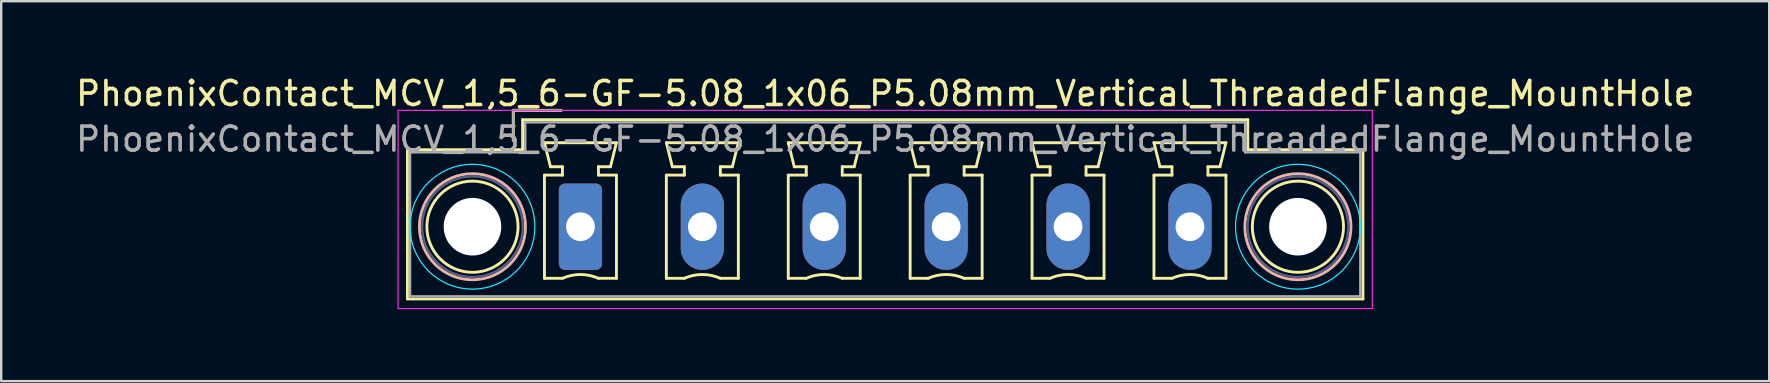
<source format=kicad_pcb>
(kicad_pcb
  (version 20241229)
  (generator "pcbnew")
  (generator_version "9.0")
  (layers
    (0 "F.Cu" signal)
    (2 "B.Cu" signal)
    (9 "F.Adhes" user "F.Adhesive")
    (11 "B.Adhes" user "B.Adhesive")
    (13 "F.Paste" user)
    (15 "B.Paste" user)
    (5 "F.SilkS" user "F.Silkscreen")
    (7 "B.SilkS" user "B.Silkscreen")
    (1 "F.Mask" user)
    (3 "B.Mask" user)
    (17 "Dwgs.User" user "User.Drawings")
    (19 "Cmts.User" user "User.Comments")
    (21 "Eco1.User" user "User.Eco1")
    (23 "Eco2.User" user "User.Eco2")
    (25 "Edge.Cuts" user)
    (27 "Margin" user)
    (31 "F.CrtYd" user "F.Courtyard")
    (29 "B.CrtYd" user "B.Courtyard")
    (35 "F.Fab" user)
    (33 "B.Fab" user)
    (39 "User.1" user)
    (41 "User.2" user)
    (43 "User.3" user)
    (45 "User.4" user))
  (footprint "PhoenixContact_MCV_1,5_6-GF-5.08_1x06_P5.08mm_Vertical_ThreadedFlange_MountHole"
    (layer "F.Cu")
    (at 21.139 6.398)
    (property "Reference" "PhoenixContact_MCV_1,5_6-GF-5.08_1x06_P5.08mm_Vertical_ThreadedFlange_MountHole" (at 12.7 -5.55 0) (layer "F.SilkS") (effects (font (size 1 1) (thickness 0.15))))
    (attr through_hole)
    (fp_line (start -7.21 -3.21) (end -7.21 3.01) (stroke (width 0.12) (type solid)) (layer "F.SilkS"))
    (fp_line (start -7.21 3.01) (end 32.61 3.01) (stroke (width 0.12) (type solid)) (layer "F.SilkS"))
    (fp_line (start -2.8 -4.85) (end -0.8 -4.85) (stroke (width 0.12) (type solid)) (layer "F.SilkS"))
    (fp_line (start -2.8 -3.6) (end -2.8 -4.85) (stroke (width 0.12) (type solid)) (layer "F.SilkS"))
    (fp_line (start -2.41 -4.46) (end -2.41 -3.21) (stroke (width 0.12) (type solid)) (layer "F.SilkS"))
    (fp_line (start -2.41 -3.21) (end -7.21 -3.21) (stroke (width 0.12) (type solid)) (layer "F.SilkS"))
    (fp_line (start -1.5 -3.5) (end 1.5 -3.5) (stroke (width 0.12) (type solid)) (layer "F.SilkS"))
    (fp_line (start -1.5 -2.15) (end -0.75 -2.15) (stroke (width 0.12) (type solid)) (layer "F.SilkS"))
    (fp_line (start -1.5 2.15) (end -1.5 -2.15) (stroke (width 0.12) (type solid)) (layer "F.SilkS"))
    (fp_line (start -1.25 -2.5) (end -1.5 -3.5) (stroke (width 0.12) (type solid)) (layer "F.SilkS"))
    (fp_line (start -0.75 -2.5) (end -1.25 -2.5) (stroke (width 0.12) (type solid)) (layer "F.SilkS"))
    (fp_line (start -0.75 -2.15) (end -0.75 -2.5) (stroke (width 0.12) (type solid)) (layer "F.SilkS"))
    (fp_line (start -0.75 2.15) (end -1.5 2.15) (stroke (width 0.12) (type solid)) (layer "F.SilkS"))
    (fp_line (start 0.75 -2.5) (end 0.75 -2.15) (stroke (width 0.12) (type solid)) (layer "F.SilkS"))
    (fp_line (start 0.75 -2.15) (end 1.5 -2.15) (stroke (width 0.12) (type solid)) (layer "F.SilkS"))
    (fp_line (start 1.25 -2.5) (end 0.75 -2.5) (stroke (width 0.12) (type solid)) (layer "F.SilkS"))
    (fp_line (start 1.5 -3.5) (end 1.25 -2.5) (stroke (width 0.12) (type solid)) (layer "F.SilkS"))
    (fp_line (start 1.5 -2.15) (end 1.5 2.15) (stroke (width 0.12) (type solid)) (layer "F.SilkS"))
    (fp_line (start 1.5 2.15) (end 0.75 2.15) (stroke (width 0.12) (type solid)) (layer "F.SilkS"))
    (fp_line (start 3.58 -3.5) (end 6.58 -3.5) (stroke (width 0.12) (type solid)) (layer "F.SilkS"))
    (fp_line (start 3.58 -2.15) (end 4.33 -2.15) (stroke (width 0.12) (type solid)) (layer "F.SilkS"))
    (fp_line (start 3.58 2.15) (end 3.58 -2.15) (stroke (width 0.12) (type solid)) (layer "F.SilkS"))
    (fp_line (start 3.83 -2.5) (end 3.58 -3.5) (stroke (width 0.12) (type solid)) (layer "F.SilkS"))
    (fp_line (start 4.33 -2.5) (end 3.83 -2.5) (stroke (width 0.12) (type solid)) (layer "F.SilkS"))
    (fp_line (start 4.33 -2.15) (end 4.33 -2.5) (stroke (width 0.12) (type solid)) (layer "F.SilkS"))
    (fp_line (start 4.33 2.15) (end 3.58 2.15) (stroke (width 0.12) (type solid)) (layer "F.SilkS"))
    (fp_line (start 5.83 -2.5) (end 5.83 -2.15) (stroke (width 0.12) (type solid)) (layer "F.SilkS"))
    (fp_line (start 5.83 -2.15) (end 6.58 -2.15) (stroke (width 0.12) (type solid)) (layer "F.SilkS"))
    (fp_line (start 6.33 -2.5) (end 5.83 -2.5) (stroke (width 0.12) (type solid)) (layer "F.SilkS"))
    (fp_line (start 6.58 -3.5) (end 6.33 -2.5) (stroke (width 0.12) (type solid)) (layer "F.SilkS"))
    (fp_line (start 6.58 -2.15) (end 6.58 2.15) (stroke (width 0.12) (type solid)) (layer "F.SilkS"))
    (fp_line (start 6.58 2.15) (end 5.83 2.15) (stroke (width 0.12) (type solid)) (layer "F.SilkS"))
    (fp_line (start 8.66 -3.5) (end 11.66 -3.5) (stroke (width 0.12) (type solid)) (layer "F.SilkS"))
    (fp_line (start 8.66 -2.15) (end 9.41 -2.15) (stroke (width 0.12) (type solid)) (layer "F.SilkS"))
    (fp_line (start 8.66 2.15) (end 8.66 -2.15) (stroke (width 0.12) (type solid)) (layer "F.SilkS"))
    (fp_line (start 8.91 -2.5) (end 8.66 -3.5) (stroke (width 0.12) (type solid)) (layer "F.SilkS"))
    (fp_line (start 9.41 -2.5) (end 8.91 -2.5) (stroke (width 0.12) (type solid)) (layer "F.SilkS"))
    (fp_line (start 9.41 -2.15) (end 9.41 -2.5) (stroke (width 0.12) (type solid)) (layer "F.SilkS"))
    (fp_line (start 9.41 2.15) (end 8.66 2.15) (stroke (width 0.12) (type solid)) (layer "F.SilkS"))
    (fp_line (start 10.91 -2.5) (end 10.91 -2.15) (stroke (width 0.12) (type solid)) (layer "F.SilkS"))
    (fp_line (start 10.91 -2.15) (end 11.66 -2.15) (stroke (width 0.12) (type solid)) (layer "F.SilkS"))
    (fp_line (start 11.41 -2.5) (end 10.91 -2.5) (stroke (width 0.12) (type solid)) (layer "F.SilkS"))
    (fp_line (start 11.66 -3.5) (end 11.41 -2.5) (stroke (width 0.12) (type solid)) (layer "F.SilkS"))
    (fp_line (start 11.66 -2.15) (end 11.66 2.15) (stroke (width 0.12) (type solid)) (layer "F.SilkS"))
    (fp_line (start 11.66 2.15) (end 10.91 2.15) (stroke (width 0.12) (type solid)) (layer "F.SilkS"))
    (fp_line (start 13.74 -3.5) (end 16.74 -3.5) (stroke (width 0.12) (type solid)) (layer "F.SilkS"))
    (fp_line (start 13.74 -2.15) (end 14.49 -2.15) (stroke (width 0.12) (type solid)) (layer "F.SilkS"))
    (fp_line (start 13.74 2.15) (end 13.74 -2.15) (stroke (width 0.12) (type solid)) (layer "F.SilkS"))
    (fp_line (start 13.99 -2.5) (end 13.74 -3.5) (stroke (width 0.12) (type solid)) (layer "F.SilkS"))
    (fp_line (start 14.49 -2.5) (end 13.99 -2.5) (stroke (width 0.12) (type solid)) (layer "F.SilkS"))
    (fp_line (start 14.49 -2.15) (end 14.49 -2.5) (stroke (width 0.12) (type solid)) (layer "F.SilkS"))
    (fp_line (start 14.49 2.15) (end 13.74 2.15) (stroke (width 0.12) (type solid)) (layer "F.SilkS"))
    (fp_line (start 15.99 -2.5) (end 15.99 -2.15) (stroke (width 0.12) (type solid)) (layer "F.SilkS"))
    (fp_line (start 15.99 -2.15) (end 16.74 -2.15) (stroke (width 0.12) (type solid)) (layer "F.SilkS"))
    (fp_line (start 16.49 -2.5) (end 15.99 -2.5) (stroke (width 0.12) (type solid)) (layer "F.SilkS"))
    (fp_line (start 16.74 -3.5) (end 16.49 -2.5) (stroke (width 0.12) (type solid)) (layer "F.SilkS"))
    (fp_line (start 16.74 -2.15) (end 16.74 2.15) (stroke (width 0.12) (type solid)) (layer "F.SilkS"))
    (fp_line (start 16.74 2.15) (end 15.99 2.15) (stroke (width 0.12) (type solid)) (layer "F.SilkS"))
    (fp_line (start 18.82 -3.5) (end 21.82 -3.5) (stroke (width 0.12) (type solid)) (layer "F.SilkS"))
    (fp_line (start 18.82 -2.15) (end 19.57 -2.15) (stroke (width 0.12) (type solid)) (layer "F.SilkS"))
    (fp_line (start 18.82 2.15) (end 18.82 -2.15) (stroke (width 0.12) (type solid)) (layer "F.SilkS"))
    (fp_line (start 19.07 -2.5) (end 18.82 -3.5) (stroke (width 0.12) (type solid)) (layer "F.SilkS"))
    (fp_line (start 19.57 -2.5) (end 19.07 -2.5) (stroke (width 0.12) (type solid)) (layer "F.SilkS"))
    (fp_line (start 19.57 -2.15) (end 19.57 -2.5) (stroke (width 0.12) (type solid)) (layer "F.SilkS"))
    (fp_line (start 19.57 2.15) (end 18.82 2.15) (stroke (width 0.12) (type solid)) (layer "F.SilkS"))
    (fp_line (start 21.07 -2.5) (end 21.07 -2.15) (stroke (width 0.12) (type solid)) (layer "F.SilkS"))
    (fp_line (start 21.07 -2.15) (end 21.82 -2.15) (stroke (width 0.12) (type solid)) (layer "F.SilkS"))
    (fp_line (start 21.57 -2.5) (end 21.07 -2.5) (stroke (width 0.12) (type solid)) (layer "F.SilkS"))
    (fp_line (start 21.82 -3.5) (end 21.57 -2.5) (stroke (width 0.12) (type solid)) (layer "F.SilkS"))
    (fp_line (start 21.82 -2.15) (end 21.82 2.15) (stroke (width 0.12) (type solid)) (layer "F.SilkS"))
    (fp_line (start 21.82 2.15) (end 21.07 2.15) (stroke (width 0.12) (type solid)) (layer "F.SilkS"))
    (fp_line (start 23.9 -3.5) (end 26.9 -3.5) (stroke (width 0.12) (type solid)) (layer "F.SilkS"))
    (fp_line (start 23.9 -2.15) (end 24.65 -2.15) (stroke (width 0.12) (type solid)) (layer "F.SilkS"))
    (fp_line (start 23.9 2.15) (end 23.9 -2.15) (stroke (width 0.12) (type solid)) (layer "F.SilkS"))
    (fp_line (start 24.15 -2.5) (end 23.9 -3.5) (stroke (width 0.12) (type solid)) (layer "F.SilkS"))
    (fp_line (start 24.65 -2.5) (end 24.15 -2.5) (stroke (width 0.12) (type solid)) (layer "F.SilkS"))
    (fp_line (start 24.65 -2.15) (end 24.65 -2.5) (stroke (width 0.12) (type solid)) (layer "F.SilkS"))
    (fp_line (start 24.65 2.15) (end 23.9 2.15) (stroke (width 0.12) (type solid)) (layer "F.SilkS"))
    (fp_line (start 26.15 -2.5) (end 26.15 -2.15) (stroke (width 0.12) (type solid)) (layer "F.SilkS"))
    (fp_line (start 26.15 -2.15) (end 26.9 -2.15) (stroke (width 0.12) (type solid)) (layer "F.SilkS"))
    (fp_line (start 26.65 -2.5) (end 26.15 -2.5) (stroke (width 0.12) (type solid)) (layer "F.SilkS"))
    (fp_line (start 26.9 -3.5) (end 26.65 -2.5) (stroke (width 0.12) (type solid)) (layer "F.SilkS"))
    (fp_line (start 26.9 -2.15) (end 26.9 2.15) (stroke (width 0.12) (type solid)) (layer "F.SilkS"))
    (fp_line (start 26.9 2.15) (end 26.15 2.15) (stroke (width 0.12) (type solid)) (layer "F.SilkS"))
    (fp_line (start 27.81 -4.46) (end -2.41 -4.46) (stroke (width 0.12) (type solid)) (layer "F.SilkS"))
    (fp_line (start 27.81 -3.21) (end 27.81 -4.46) (stroke (width 0.12) (type solid)) (layer "F.SilkS"))
    (fp_line (start 32.61 -3.21) (end 27.81 -3.21) (stroke (width 0.12) (type solid)) (layer "F.SilkS"))
    (fp_line (start 32.61 3.01) (end 32.61 -3.21) (stroke (width 0.12) (type solid)) (layer "F.SilkS"))
    (fp_arc (start -0.75 2.15) (mid -0.000193 1.99191) (end 0.749647 2.149844) (stroke (width 0.12) (type solid)) (layer "F.SilkS"))
    (fp_arc (start 4.33 2.15) (mid 5.079807 1.99191) (end 5.829647 2.149844) (stroke (width 0.12) (type solid)) (layer "F.SilkS"))
    (fp_arc (start 9.41 2.15) (mid 10.159807 1.99191) (end 10.909647 2.149844) (stroke (width 0.12) (type solid)) (layer "F.SilkS"))
    (fp_arc (start 14.49 2.15) (mid 15.239807 1.99191) (end 15.989647 2.149844) (stroke (width 0.12) (type solid)) (layer "F.SilkS"))
    (fp_arc (start 19.57 2.15) (mid 20.319807 1.99191) (end 21.069647 2.149844) (stroke (width 0.12) (type solid)) (layer "F.SilkS"))
    (fp_arc (start 24.65 2.15) (mid 25.399807 1.99191) (end 26.149647 2.149844) (stroke (width 0.12) (type solid)) (layer "F.SilkS"))
    (fp_circle (center -4.5 0) (end -2.6 0) (stroke (width 0.12) (type solid)) (fill no) (layer "F.SilkS"))
    (fp_circle (center 29.9 0) (end 31.8 0) (stroke (width 0.12) (type solid)) (fill no) (layer "F.SilkS"))
    (fp_circle (center -4.5 0) (end -2.29 0) (stroke (width 0.12) (type solid)) (fill no) (layer "B.SilkS"))
    (fp_circle (center 29.9 0) (end 32.11 0) (stroke (width 0.12) (type solid)) (fill no) (layer "B.SilkS"))
    (fp_circle (center -4.5 0) (end -1.9 0) (stroke (width 0.05) (type solid)) (fill no) (layer "B.CrtYd"))
    (fp_circle (center 29.9 0) (end 32.5 0) (stroke (width 0.05) (type solid)) (fill no) (layer "B.CrtYd"))
    (fp_line (start -7.6 -4.85) (end -7.6 3.41) (stroke (width 0.05) (type solid)) (layer "F.CrtYd"))
    (fp_line (start -7.6 3.41) (end 33 3.41) (stroke (width 0.05) (type solid)) (layer "F.CrtYd"))
    (fp_line (start 33 -4.85) (end -7.6 -4.85) (stroke (width 0.05) (type solid)) (layer "F.CrtYd"))
    (fp_line (start 33 3.41) (end 33 -4.85) (stroke (width 0.05) (type solid)) (layer "F.CrtYd"))
    (fp_circle (center -4.5 0) (end -2.4 0) (stroke (width 0.1) (type solid)) (fill no) (layer "B.Fab"))
    (fp_circle (center 29.9 0) (end 32 0) (stroke (width 0.1) (type solid)) (fill no) (layer "B.Fab"))
    (fp_line (start -7.1 -3.1) (end -7.1 2.9) (stroke (width 0.1) (type solid)) (layer "F.Fab"))
    (fp_line (start -7.1 2.9) (end 32.5 2.9) (stroke (width 0.1) (type solid)) (layer "F.Fab"))
    (fp_line (start -2.8 -4.85) (end -0.8 -4.85) (stroke (width 0.1) (type solid)) (layer "F.Fab"))
    (fp_line (start -2.8 -3.6) (end -2.8 -4.85) (stroke (width 0.1) (type solid)) (layer "F.Fab"))
    (fp_line (start -2.3 -4.35) (end -2.3 -3.1) (stroke (width 0.1) (type solid)) (layer "F.Fab"))
    (fp_line (start -2.3 -3.1) (end -7.1 -3.1) (stroke (width 0.1) (type solid)) (layer "F.Fab"))
    (fp_line (start 27.7 -4.35) (end -2.3 -4.35) (stroke (width 0.1) (type solid)) (layer "F.Fab"))
    (fp_line (start 27.7 -3.1) (end 27.7 -4.35) (stroke (width 0.1) (type solid)) (layer "F.Fab"))
    (fp_line (start 32.5 -3.1) (end 27.7 -3.1) (stroke (width 0.1) (type solid)) (layer "F.Fab"))
    (fp_line (start 32.5 2.9) (end 32.5 -3.1) (stroke (width 0.1) (type solid)) (layer "F.Fab"))
    (fp_text user "${REFERENCE}" (at 12.7 -3.65 0) (layer "F.Fab") (effects (font (size 1 1) (thickness 0.15))))
    (pad "" np_thru_hole circle (at -4.5 0) (size 2.4 2.4) (drill 2.4) (layers "*.Cu" "*.Mask"))
    (pad "" np_thru_hole circle (at 29.9 0) (size 2.4 2.4) (drill 2.4) (layers "*.Cu" "*.Mask"))
    (pad "1" thru_hole roundrect (at 0 0) (size 1.8 3.6) (drill 1.2) (layers "*.Cu" "*.Mask") (roundrect_rratio 0.139))
    (pad "2" thru_hole oval (at 5.08 0) (size 1.8 3.6) (drill 1.2) (layers "*.Cu" "*.Mask"))
    (pad "3" thru_hole oval (at 10.16 0) (size 1.8 3.6) (drill 1.2) (layers "*.Cu" "*.Mask"))
    (pad "4" thru_hole oval (at 15.24 0) (size 1.8 3.6) (drill 1.2) (layers "*.Cu" "*.Mask"))
    (pad "5" thru_hole oval (at 20.32 0) (size 1.8 3.6) (drill 1.2) (layers "*.Cu" "*.Mask"))
    (pad "6" thru_hole oval (at 25.4 0) (size 1.8 3.6) (drill 1.2) (layers "*.Cu" "*.Mask")))
  (gr_rect
    (start -3 -3)
    (end 70.679 12.833)
    (stroke (width 0.1) (type default))
    (fill no)
    (layer "Edge.Cuts")))
</source>
